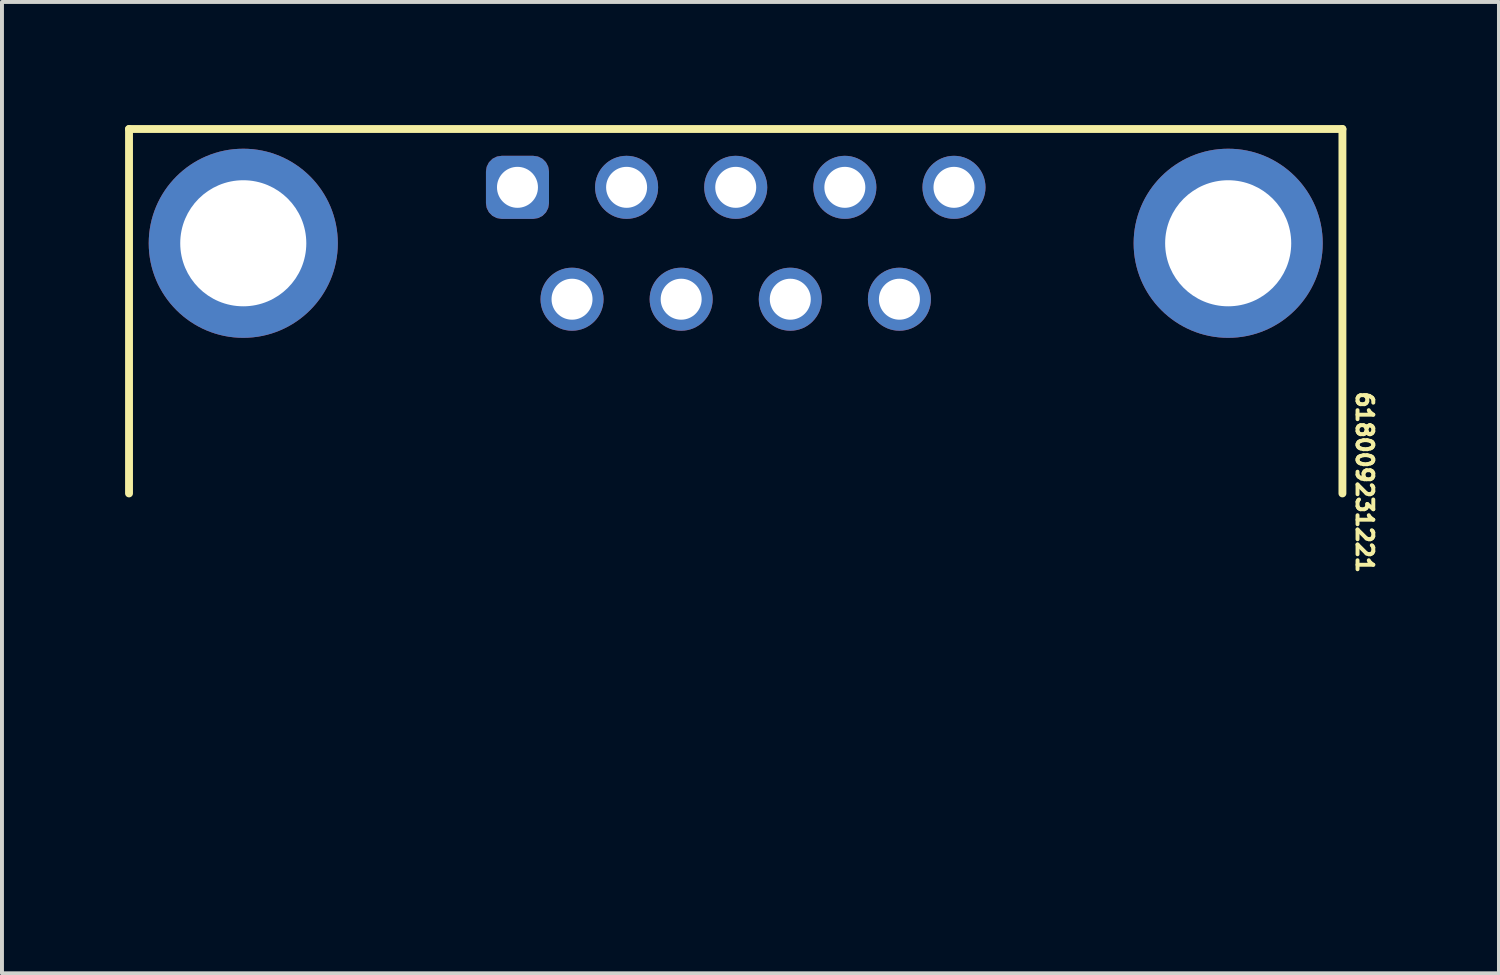
<source format=kicad_pcb>
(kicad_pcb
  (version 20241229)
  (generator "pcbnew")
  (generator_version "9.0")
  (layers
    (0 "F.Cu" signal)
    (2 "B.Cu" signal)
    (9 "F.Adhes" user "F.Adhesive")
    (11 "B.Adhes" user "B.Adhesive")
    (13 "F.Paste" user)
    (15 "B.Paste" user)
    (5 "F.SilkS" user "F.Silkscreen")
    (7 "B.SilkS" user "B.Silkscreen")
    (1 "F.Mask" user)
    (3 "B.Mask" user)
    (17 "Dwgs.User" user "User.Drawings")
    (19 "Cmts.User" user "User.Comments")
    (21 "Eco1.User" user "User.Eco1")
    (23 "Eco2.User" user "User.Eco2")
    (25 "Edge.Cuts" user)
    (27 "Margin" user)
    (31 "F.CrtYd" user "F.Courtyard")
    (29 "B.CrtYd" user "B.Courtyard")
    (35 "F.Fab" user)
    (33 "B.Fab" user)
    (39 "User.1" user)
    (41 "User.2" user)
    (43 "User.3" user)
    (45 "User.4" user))
  (footprint "618009231221"
    (layer "F.Cu")
    (at 15.625 6.425)
    (property "Reference" "618009231221" (at 15.963 2.765 270) (unlocked yes) (layer "F.SilkS") (effects (font (size 0.4 0.4) (thickness 0.1))))
    (fp_line (start -15.4 -6.2) (end -15.4 3.05) (stroke (width 0.2) (type solid)) (layer "F.SilkS"))
    (fp_line (start -15.4 -6.2) (end 15.4 -6.2) (stroke (width 0.2) (type solid)) (layer "F.SilkS"))
    (fp_line (start 15.4 -6.2) (end 15.4 3.05) (stroke (width 0.2) (type solid)) (layer "F.SilkS"))
    (fp_line (start -15.6 -6.4) (end -15.6 6.4) (stroke (width 0.05) (type solid)) (layer "User.2"))
    (fp_line (start -15.6 -6.4) (end 15.6 -6.4) (stroke (width 0.05) (type solid)) (layer "User.2"))
    (fp_line (start -15.6 6.4) (end 15.6 6.4) (stroke (width 0.05) (type solid)) (layer "User.2"))
    (fp_line (start -15.4 6.12) (end 15.4 6.12) (stroke (width 0.2) (type solid)) (layer "User.2"))
    (fp_line (start -6.6 6.12) (end -5.42 7.3) (stroke (width 0.2) (type solid)) (layer "User.2"))
    (fp_line (start -5.42 7.3) (end -3.8 7.3) (stroke (width 0.2) (type solid)) (layer "User.2"))
    (fp_line (start -0.5 -0.00001) (end 0.5 -0.00001) (stroke (width 0.05) (type solid)) (layer "User.2"))
    (fp_line (start 0.00001 -0.5) (end 0.00001 0.5) (stroke (width 0.05) (type solid)) (layer "User.2"))
    (fp_line (start 15.6 -6.4) (end 15.6 6.4) (stroke (width 0.05) (type solid)) (layer "User.2"))
    (fp_line (start -15.4 -6.2) (end -15.4 6.2) (stroke (width 0.1) (type solid)) (layer "User.11"))
    (fp_line (start -15.4 -6.2) (end 15.4 -6.2) (stroke (width 0.1) (type solid)) (layer "User.11"))
    (fp_line (start -15.4 6.2) (end 15.4 6.2) (stroke (width 0.1) (type solid)) (layer "User.11"))
    (fp_line (start -15 7.2) (end -15 10) (stroke (width 0.1) (type solid)) (layer "User.11"))
    (fp_line (start -14 11) (end -11 11) (stroke (width 0.1) (type solid)) (layer "User.11"))
    (fp_line (start -10 7.2) (end -10 10) (stroke (width 0.1) (type solid)) (layer "User.11"))
    (fp_line (start -8.46 6.2) (end -8.46 11.68) (stroke (width 0.1) (type solid)) (layer "User.11"))
    (fp_line (start -7.96 12.18) (end 7.94 12.18) (stroke (width 0.1) (type solid)) (layer "User.11"))
    (fp_line (start 8.46 6.2) (end 8.46 11.68) (stroke (width 0.1) (type solid)) (layer "User.11"))
    (fp_line (start 10 7.2) (end 10 10) (stroke (width 0.1) (type solid)) (layer "User.11"))
    (fp_line (start 11 11) (end 14 11) (stroke (width 0.1) (type solid)) (layer "User.11"))
    (fp_line (start 15 7.2) (end 15 10) (stroke (width 0.1) (type solid)) (layer "User.11"))
    (fp_line (start 15.4 -6.2) (end 15.4 6.2) (stroke (width 0.1) (type solid)) (layer "User.11"))
    (fp_arc (start -15 7.2) (mid -14.707107 6.492893) (end -14 6.2) (stroke (width 0.1) (type solid)) (layer "User.11"))
    (fp_arc (start -14 11) (mid -14.707107 10.707107) (end -15 10) (stroke (width 0.1) (type solid)) (layer "User.11"))
    (fp_arc (start -11 6.2) (mid -10.292893 6.492893) (end -10 7.2) (stroke (width 0.1) (type solid)) (layer "User.11"))
    (fp_arc (start -10 10) (mid -10.292893 10.707107) (end -11 11) (stroke (width 0.1) (type solid)) (layer "User.11"))
    (fp_arc (start -7.96 12.18) (mid -8.313553 12.033553) (end -8.46 11.68) (stroke (width 0.1) (type solid)) (layer "User.11"))
    (fp_arc (start 8.46 11.68) (mid 8.313553 12.033553) (end 7.96 12.18) (stroke (width 0.1) (type solid)) (layer "User.11"))
    (fp_arc (start 10 7.2) (mid 10.292893 6.492893) (end 11 6.2) (stroke (width 0.1) (type solid)) (layer "User.11"))
    (fp_arc (start 11 11) (mid 10.292893 10.707107) (end 10 10) (stroke (width 0.1) (type solid)) (layer "User.11"))
    (fp_arc (start 14 6.2) (mid 14.707107 6.492893) (end 15 7.2) (stroke (width 0.1) (type solid)) (layer "User.11"))
    (fp_arc (start 15 10) (mid 14.707107 10.707107) (end 14 11) (stroke (width 0.1) (type solid)) (layer "User.11"))
    (fp_text user "PCB Edge" (at -3.4 7.944 0) (unlocked yes) (layer "User.2") (effects (font (size 1.016 1.016) (thickness 0.152)) (justify left bottom)))
    (fp_text user "${REFERENCE}" (at 0.15 0.053 0) (unlocked yes) (layer "User.6") (effects (font (size 1.5 1.5) (thickness 0.15))))
    (pad "1" thru_hole roundrect (at -5.54 -4.72) (size 1.6 1.6) (drill 1.04) (layers "*.Cu" "*.Mask") (roundrect_rratio 0.25))
    (pad "2" thru_hole circle (at -2.77 -4.72) (size 1.6 1.6) (drill 1.04) (layers "*.Cu" "*.Mask"))
    (pad "3" thru_hole circle (at 0.00001 -4.72) (size 1.6 1.6) (drill 1.04) (layers "*.Cu" "*.Mask"))
    (pad "4" thru_hole circle (at 2.77 -4.72) (size 1.6 1.6) (drill 1.04) (layers "*.Cu" "*.Mask"))
    (pad "5" thru_hole circle (at 5.54 -4.72) (size 1.6 1.6) (drill 1.04) (layers "*.Cu" "*.Mask"))
    (pad "6" thru_hole circle (at -4.155 -1.88) (size 1.6 1.6) (drill 1.04) (layers "*.Cu" "*.Mask"))
    (pad "7" thru_hole circle (at -1.385 -1.88) (size 1.6 1.6) (drill 1.04) (layers "*.Cu" "*.Mask"))
    (pad "8" thru_hole circle (at 1.385 -1.88) (size 1.6 1.6) (drill 1.04) (layers "*.Cu" "*.Mask"))
    (pad "9" thru_hole circle (at 4.155 -1.88) (size 1.6 1.6) (drill 1.04) (layers "*.Cu" "*.Mask"))
    (pad "M1" thru_hole circle (at -12.5 -3.3) (size 4.8 4.8) (drill 3.2) (layers "*.Cu" "*.Mask"))
    (pad "M2" thru_hole circle (at 12.5 -3.3) (size 4.8 4.8) (drill 3.2) (layers "*.Cu" "*.Mask")))
  (gr_rect
    (start -3 -3)
    (end 34.998 21.655)
    (stroke (width 0.1) (type default))
    (fill no)
    (layer "Edge.Cuts")))
</source>
